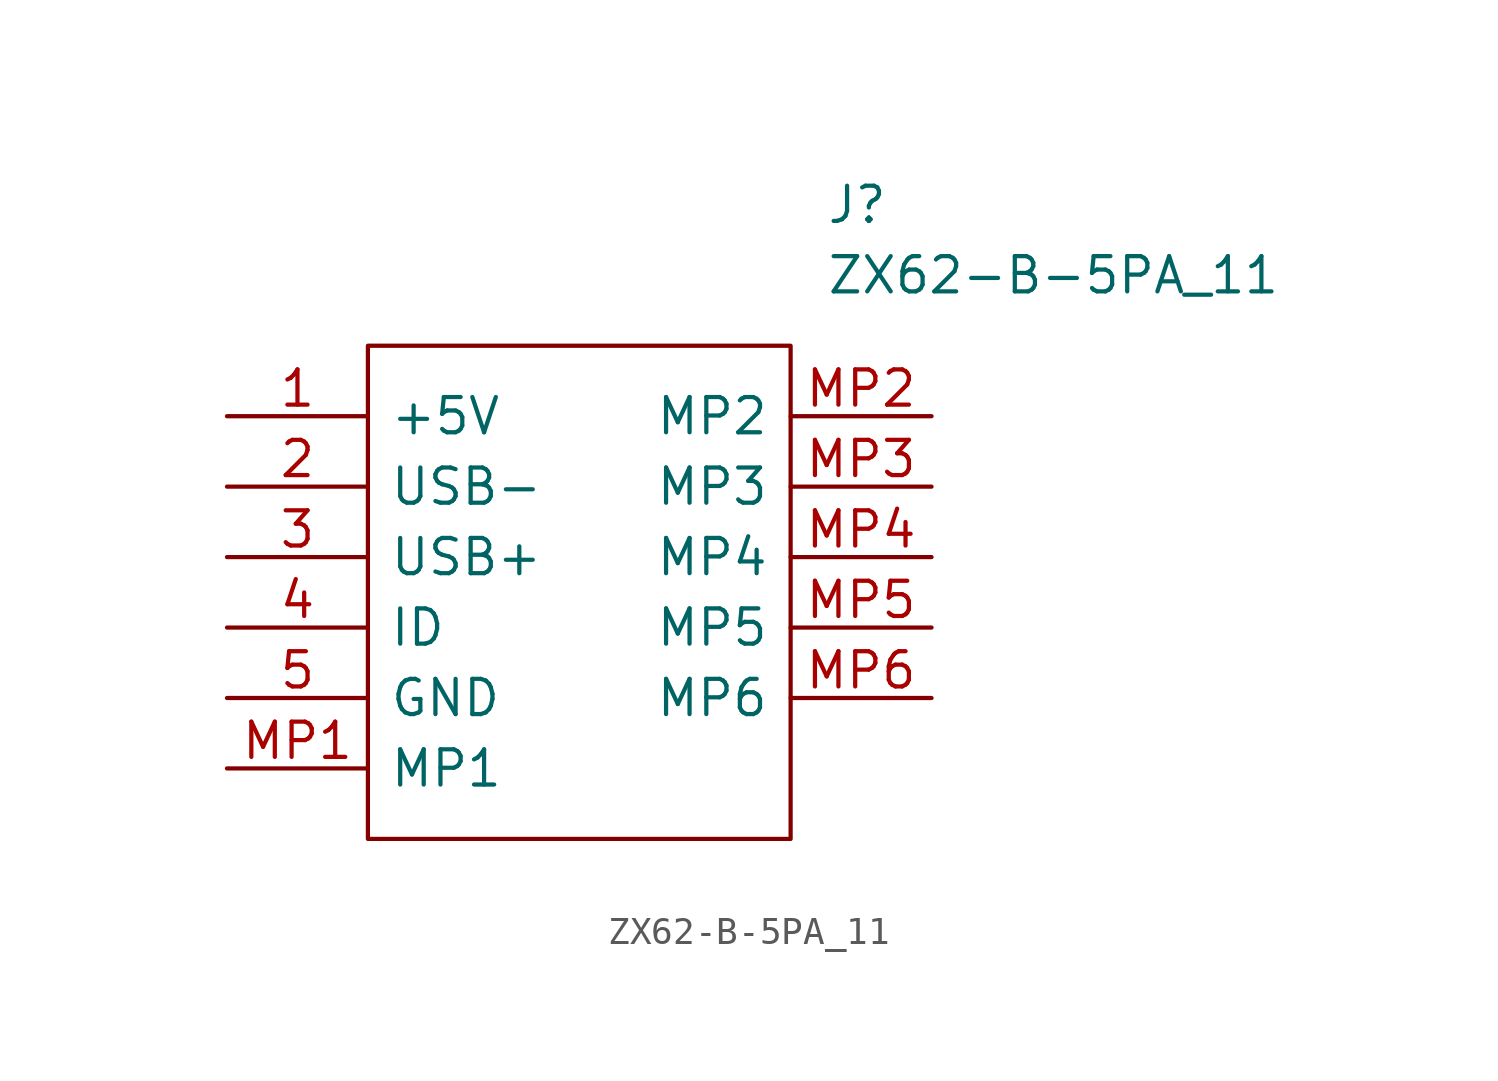
<source format=kicad_sym>
(kicad_symbol_lib
  (version 20220914)
  (generator kicad_symbol_editor)
  (symbol "ZX62-B-5PA_11"
    (pin_names
      (offset 0.762))
    (property "Reference" "J"
      (at 21.59 7.62 0)
      (effects (font (size 1.27 1.27)) (justify left)))
    (property "Value" "ZX62-B-5PA_11"
      (at 21.59 5.08 0)
      (effects (font (size 1.27 1.27)) (justify left)))
    (symbol "ZX62-B-5PA_11_0_0"
      (pin power_out line (at 0 0 0) (length 5.08) (name "+5V" (effects (font (size 1.27 1.27)))) (number "1" (effects (font (size 1.27 1.27)))))
      (pin passive line (at 0 -2.54 0) (length 5.08) (name "USB-" (effects (font (size 1.27 1.27)))) (number "2" (effects (font (size 1.27 1.27)))))
      (pin passive line (at 0 -5.08 0) (length 5.08) (name "USB+" (effects (font (size 1.27 1.27)))) (number "3" (effects (font (size 1.27 1.27)))))
      (pin passive line (at 0 -7.62 0) (length 5.08) (name "ID" (effects (font (size 1.27 1.27)))) (number "4" (effects (font (size 1.27 1.27)))))
      (pin power_out line (at 0 -10.16 0) (length 5.08) (name "GND" (effects (font (size 1.27 1.27)))) (number "5" (effects (font (size 1.27 1.27)))))
      (pin passive line (at 0 -12.7 0) (length 5.08) (name "MP1" (effects (font (size 1.27 1.27)))) (number "MP1" (effects (font (size 1.27 1.27)))))
      (pin passive line (at 25.4 0 180) (length 5.08) (name "MP2" (effects (font (size 1.27 1.27)))) (number "MP2" (effects (font (size 1.27 1.27)))))
      (pin passive line (at 25.4 -2.54 180) (length 5.08) (name "MP3" (effects (font (size 1.27 1.27)))) (number "MP3" (effects (font (size 1.27 1.27)))))
      (pin passive line (at 25.4 -5.08 180) (length 5.08) (name "MP4" (effects (font (size 1.27 1.27)))) (number "MP4" (effects (font (size 1.27 1.27)))))
      (pin passive line (at 25.4 -7.62 180) (length 5.08) (name "MP5" (effects (font (size 1.27 1.27)))) (number "MP5" (effects (font (size 1.27 1.27)))))
      (pin passive line (at 25.4 -10.16 180) (length 5.08) (name "MP6" (effects (font (size 1.27 1.27)))) (number "MP6" (effects (font (size 1.27 1.27))))))
    (symbol "ZX62-B-5PA_11_0_1"
      (polyline (pts (xy 5.08 2.54) (xy 20.32 2.54) (xy 20.32 -15.24) (xy 5.08 -15.24) (xy 5.08 2.54)) (stroke (width 0.152) (type solid)) (fill (type none))))))
</source>
